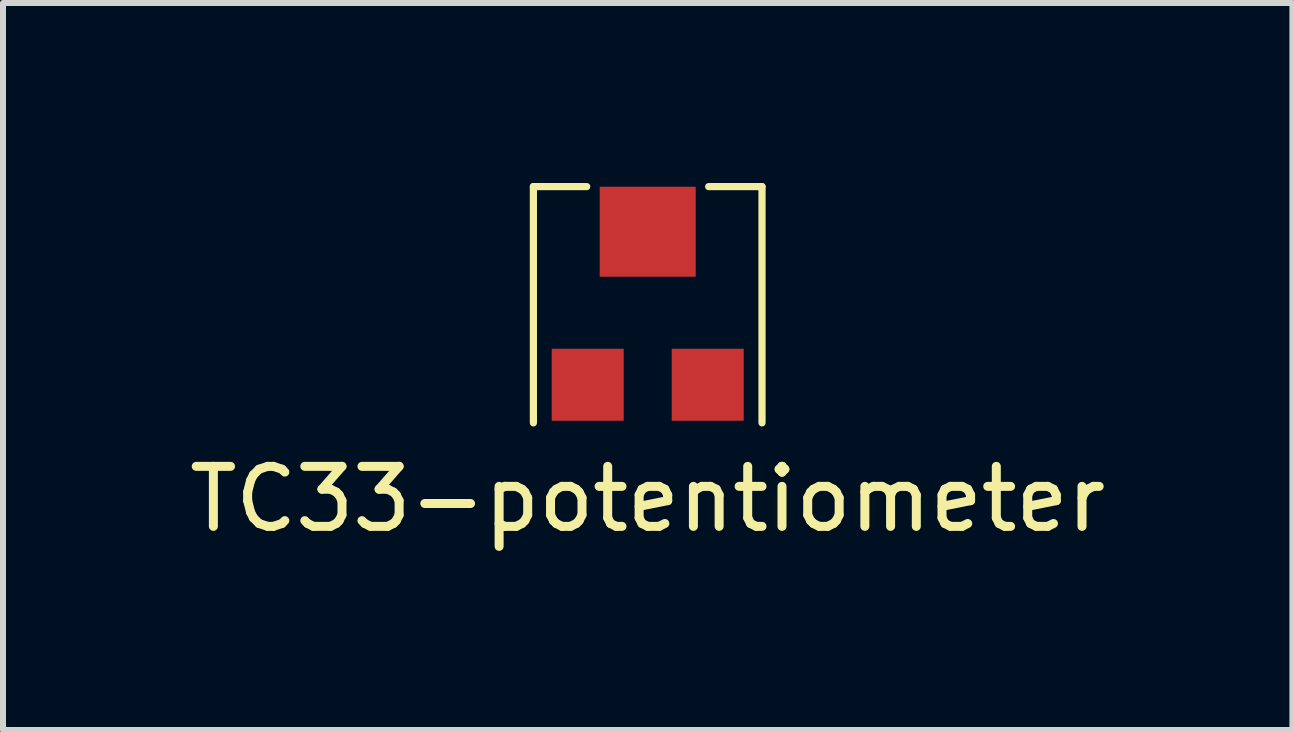
<source format=kicad_pcb>
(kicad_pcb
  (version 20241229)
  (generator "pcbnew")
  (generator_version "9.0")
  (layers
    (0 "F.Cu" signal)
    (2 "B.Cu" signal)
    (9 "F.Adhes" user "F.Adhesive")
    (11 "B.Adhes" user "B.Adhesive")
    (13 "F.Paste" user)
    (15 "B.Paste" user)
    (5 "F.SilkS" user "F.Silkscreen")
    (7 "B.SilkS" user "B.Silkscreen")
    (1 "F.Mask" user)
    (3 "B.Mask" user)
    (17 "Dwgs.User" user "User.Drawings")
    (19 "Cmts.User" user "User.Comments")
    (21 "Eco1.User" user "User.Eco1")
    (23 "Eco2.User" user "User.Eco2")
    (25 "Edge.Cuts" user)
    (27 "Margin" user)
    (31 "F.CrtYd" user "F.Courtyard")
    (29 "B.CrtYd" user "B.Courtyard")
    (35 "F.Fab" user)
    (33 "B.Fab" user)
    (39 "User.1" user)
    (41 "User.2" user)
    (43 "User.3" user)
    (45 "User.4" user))
  (footprint "TC33-potentiometer"
    (layer "F.Cu")
    (at 7.744 3.362)
    (property "Reference" "TC33-potentiometer" (at 0 1.905 0) (layer "F.SilkS") (effects (font (size 1 1) (thickness 0.15))))
    (attr through_hole)
    (fp_line (start -1.905 -3.302) (end -1.016 -3.302) (stroke (width 0.12) (type solid)) (layer "F.SilkS"))
    (fp_line (start -1.905 0.635) (end -1.905 -3.302) (stroke (width 0.12) (type solid)) (layer "F.SilkS"))
    (fp_line (start 1.905 -3.302) (end 1.016 -3.302) (stroke (width 0.12) (type solid)) (layer "F.SilkS"))
    (fp_line (start 1.905 0.635) (end 1.905 -3.302) (stroke (width 0.12) (type solid)) (layer "F.SilkS"))
    (pad "1" smd rect (at 0 -2.55) (size 1.6 1.5) (layers "F.Cu" "F.Mask" "F.Paste"))
    (pad "2" smd rect (at -1 0) (size 1.2 1.2) (layers "F.Cu" "F.Mask" "F.Paste"))
    (pad "3" smd rect (at 1 0) (size 1.2 1.2) (layers "F.Cu" "F.Mask" "F.Paste")))
  (gr_rect
    (start -3 -3)
    (end 18.488 9.115)
    (stroke (width 0.1) (type default))
    (fill no)
    (layer "Edge.Cuts")))
</source>
